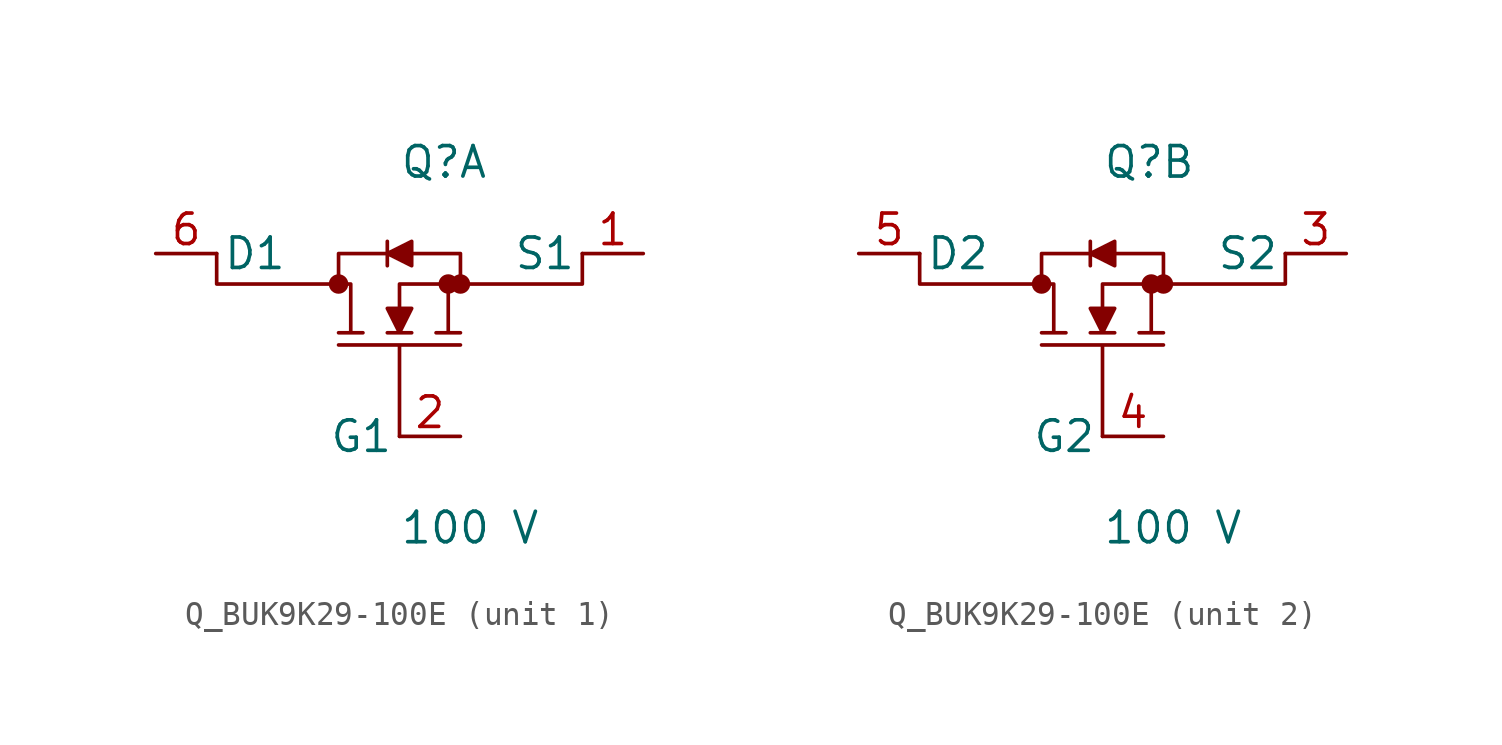
<source format=kicad_sym>
(kicad_symbol_lib
  (version 20231120)
  (generator kicad_symbol_editor)
  (generator_version 8.0)
  (symbol "Q_BUK9K29-100E"
    (pin_names
      (offset 0.254))
    (property "Reference" "Q"
      (at 0 7.62 0)
      (effects (font (size 1.27 1.27)) (justify left)))
    (property "Value" "100 V"
      (at 0 -7.62 0)
      (effects (font (size 1.27 1.27)) (justify left)))
    (symbol "Q_BUK9K29-100E_1_0"
      (polyline (pts (xy 0 -3.81) (xy 0 0.0) (xy -2.54 0.0) (xy 2.54 0.0) (xy 0 0.0) (xy 0 -3.81)) (stroke (width 0) (type default)) (fill (type none)))
      (polyline (pts (xy 7.62 3.81) (xy 7.62 2.54) (xy 2.54 2.54) (xy 2.54 3.81) (xy 0.508 3.81) (xy 0.508 4.318) (xy -0.508 3.81) (xy -0.508 4.318) (xy -0.508 3.81) (xy -2.54 3.81) (xy -2.54 2.54) (xy -7.62 2.54) (xy -7.62 3.81) (xy -7.62 2.54) (xy -2.032 2.54) (xy -2.032 0.508) (xy -2.54 0.508) (xy -1.524 0.508) (xy -2.032 0.508) (xy -2.032 2.54) (xy -2.54 2.54) (xy -2.54 3.81) (xy -0.508 3.81) (xy -0.508 3.302) (xy -0.508 3.81) (xy 0.508 3.302) (xy 0.508 3.81) (xy 2.54 3.81) (xy 2.54 2.54) (xy 0 2.54) (xy 0 1.524) (xy -0.508 1.524) (xy 0 0.508) (xy -0.508 0.508) (xy 0.508 0.508) (xy 0 0.508) (xy 0.508 1.524) (xy 0 1.524) (xy 0 2.54) (xy 2.032 2.54) (xy 2.032 0.508) (xy 1.524 0.508) (xy 2.54 0.508) (xy 2.032 0.508) (xy 2.032 2.54) (xy 7.62 2.54) (xy 7.62 3.81)) (stroke (width 0) (type default)) (fill (type outline)))
      (circle (center -2.54 2.54) (radius 0.025) (stroke (width 0.381) (type default)) (fill (type none)))
      (circle (center 2.032 2.54) (radius 0.025) (stroke (width 0.381) (type default)) (fill (type none)))
      (circle (center 2.54 2.54) (radius 0.025) (stroke (width 0.381) (type default)) (fill (type none)))
      (pin passive line (at 10.16 3.81 180) (length 2.54) (name "S1" (effects (font (size 1.27 1.27)))) (number "1" (effects (font (size 1.27 1.27)))))
      (pin passive line (at 2.54 -3.81 180) (length 2.54) (name "G1" (effects (font (size 1.27 1.27)))) (number "2" (effects (font (size 1.27 1.27)))))
      (pin passive line (at -10.16 3.81 0) (length 2.54) (name "D1" (effects (font (size 1.27 1.27)))) (number "6" (effects (font (size 1.27 1.27))))))
    (symbol "Q_BUK9K29-100E_2_0"
      (polyline (pts (xy 0 -3.81) (xy 0 0.0) (xy -2.54 0.0) (xy 2.54 0.0) (xy 0 0.0) (xy 0 -3.81)) (stroke (width 0) (type default)) (fill (type none)))
      (polyline (pts (xy 7.62 3.81) (xy 7.62 2.54) (xy 2.54 2.54) (xy 2.54 3.81) (xy 0.508 3.81) (xy 0.508 4.318) (xy -0.508 3.81) (xy -0.508 4.318) (xy -0.508 3.81) (xy -2.54 3.81) (xy -2.54 2.54) (xy -7.62 2.54) (xy -7.62 3.81) (xy -7.62 2.54) (xy -2.032 2.54) (xy -2.032 0.508) (xy -2.54 0.508) (xy -1.524 0.508) (xy -2.032 0.508) (xy -2.032 2.54) (xy -2.54 2.54) (xy -2.54 3.81) (xy -0.508 3.81) (xy -0.508 3.302) (xy -0.508 3.81) (xy 0.508 3.302) (xy 0.508 3.81) (xy 2.54 3.81) (xy 2.54 2.54) (xy 0 2.54) (xy 0 1.524) (xy -0.508 1.524) (xy 0 0.508) (xy -0.508 0.508) (xy 0.508 0.508) (xy 0 0.508) (xy 0.508 1.524) (xy 0 1.524) (xy 0 2.54) (xy 2.032 2.54) (xy 2.032 0.508) (xy 1.524 0.508) (xy 2.54 0.508) (xy 2.032 0.508) (xy 2.032 2.54) (xy 7.62 2.54) (xy 7.62 3.81)) (stroke (width 0) (type default)) (fill (type outline)))
      (circle (center -2.54 2.54) (radius 0.025) (stroke (width 0.381) (type default)) (fill (type none)))
      (circle (center 2.032 2.54) (radius 0.025) (stroke (width 0.381) (type default)) (fill (type none)))
      (circle (center 2.54 2.54) (radius 0.025) (stroke (width 0.381) (type default)) (fill (type none)))
      (pin passive line (at 10.16 3.81 180) (length 2.54) (name "S2" (effects (font (size 1.27 1.27)))) (number "3" (effects (font (size 1.27 1.27)))))
      (pin passive line (at 2.54 -3.81 180) (length 2.54) (name "G2" (effects (font (size 1.27 1.27)))) (number "4" (effects (font (size 1.27 1.27)))))
      (pin passive line (at -10.16 3.81 0) (length 2.54) (name "D2" (effects (font (size 1.27 1.27)))) (number "5" (effects (font (size 1.27 1.27))))))))
</source>
